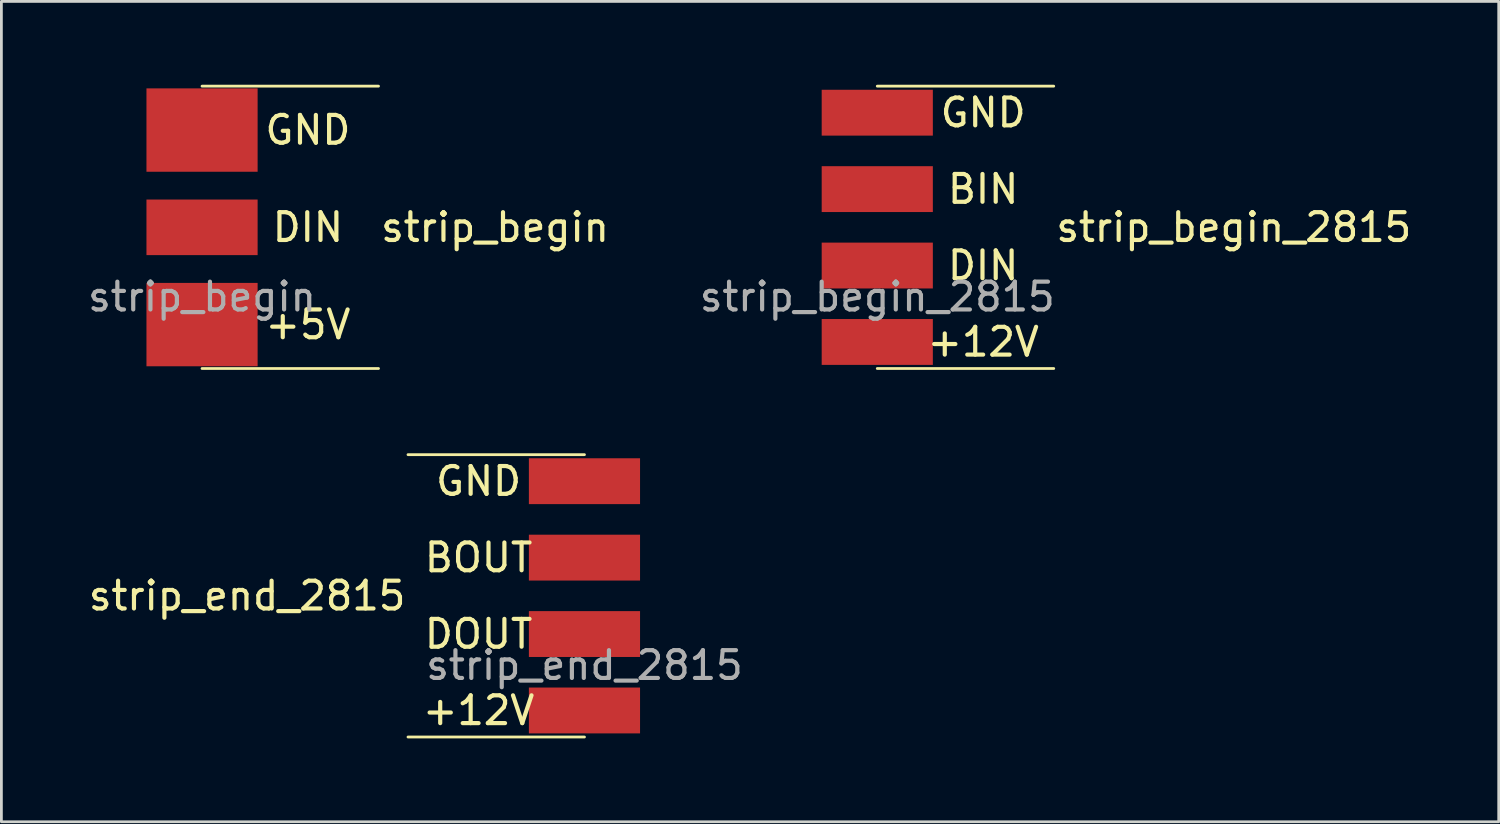
<source format=kicad_pcb>
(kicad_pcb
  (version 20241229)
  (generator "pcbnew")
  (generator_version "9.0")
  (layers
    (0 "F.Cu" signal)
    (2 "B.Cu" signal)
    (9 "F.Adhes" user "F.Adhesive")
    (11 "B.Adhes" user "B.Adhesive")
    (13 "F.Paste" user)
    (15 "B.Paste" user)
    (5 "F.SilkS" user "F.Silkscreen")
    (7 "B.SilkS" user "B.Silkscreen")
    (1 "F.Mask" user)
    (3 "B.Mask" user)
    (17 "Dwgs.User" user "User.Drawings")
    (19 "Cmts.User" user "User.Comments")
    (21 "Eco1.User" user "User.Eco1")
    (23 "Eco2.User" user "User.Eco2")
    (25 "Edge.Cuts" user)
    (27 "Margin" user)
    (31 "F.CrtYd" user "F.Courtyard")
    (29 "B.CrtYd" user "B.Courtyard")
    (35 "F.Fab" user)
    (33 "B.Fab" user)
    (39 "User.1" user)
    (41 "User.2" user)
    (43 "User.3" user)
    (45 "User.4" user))
  (footprint "strip_begin"
    (layer "F.Cu")
    (at 4.22 5.13)
    (property "Reference" "strip_begin" (at 6.35 0 0) (unlocked yes) (layer "F.SilkS") (effects (font (size 1 1) (thickness 0.15)) (justify left)))
    (attr smd)
    (fp_line (start 0 -5.08) (end 6.35 -5.08) (stroke (width 0.1) (type default)) (layer "F.SilkS"))
    (fp_line (start 0 5.08) (end 6.35 5.08) (stroke (width 0.1) (type default)) (layer "F.SilkS"))
    (fp_text user "+5V" (at 3.81 3.5 0) (unlocked yes) (layer "F.SilkS") (effects (font (size 1 1) (thickness 0.15))))
    (fp_text user "DIN" (at 3.81 0 0) (unlocked yes) (layer "F.SilkS") (effects (font (size 1 1) (thickness 0.15))))
    (fp_text user "GND" (at 3.81 -3.5 0) (unlocked yes) (layer "F.SilkS") (effects (font (size 1 1) (thickness 0.15))))
    (fp_text user "${REFERENCE}" (at 0 2.5 0) (unlocked yes) (layer "F.Fab") (effects (font (size 1 1) (thickness 0.15))))
    (pad "1" smd rect (at 0 -3.5) (size 4 3) (layers "F.Cu" "F.Mask" "F.Paste"))
    (pad "2" smd rect (at 0 0) (size 4 2) (layers "F.Cu" "F.Mask" "F.Paste"))
    (pad "3" smd rect (at 0 3.5) (size 4 3) (layers "F.Cu" "F.Mask" "F.Paste")))
  (footprint "strip_begin_2815"
    (layer "F.Cu")
    (at 28.517 5.13)
    (property "Reference" "strip_begin_2815" (at 6.35 0 0) (unlocked yes) (layer "F.SilkS") (effects (font (size 1 1) (thickness 0.15)) (justify left)))
    (attr smd)
    (fp_line (start 0 -5.08) (end 6.35 -5.08) (stroke (width 0.1) (type default)) (layer "F.SilkS"))
    (fp_line (start 0 5.08) (end 6.35 5.08) (stroke (width 0.1) (type default)) (layer "F.SilkS"))
    (fp_text user "DIN" (at 3.81 1.375 0) (unlocked yes) (layer "F.SilkS") (effects (font (size 1 1) (thickness 0.15))))
    (fp_text user "BIN" (at 3.81 -1.375 0) (unlocked yes) (layer "F.SilkS") (effects (font (size 1 1) (thickness 0.15))))
    (fp_text user "GND" (at 3.81 -4.125 0) (unlocked yes) (layer "F.SilkS") (effects (font (size 1 1) (thickness 0.15))))
    (fp_text user "+12V" (at 3.81 4.125 0) (unlocked yes) (layer "F.SilkS") (effects (font (size 1 1) (thickness 0.15))))
    (fp_text user "${REFERENCE}" (at 0 2.5 0) (unlocked yes) (layer "F.Fab") (effects (font (size 1 1) (thickness 0.15))))
    (pad "1" smd rect (at 0 -4.125) (size 4 1.65) (layers "F.Cu" "F.Mask" "F.Paste"))
    (pad "2" smd rect (at 0 -1.375) (size 4 1.65) (layers "F.Cu" "F.Mask" "F.Paste"))
    (pad "3" smd rect (at 0 1.375) (size 4 1.65) (layers "F.Cu" "F.Mask" "F.Paste"))
    (pad "4" smd rect (at 0 4.125) (size 4 1.65) (layers "F.Cu" "F.Mask" "F.Paste")))
  (footprint "strip_end_2815"
    (layer "F.Cu")
    (at 13.981 18.39)
    (property "Reference" "strip_end_2815" (at -2.35 0 0) (unlocked yes) (layer "F.SilkS") (effects (font (size 1 1) (thickness 0.15)) (justify right)))
    (attr smd)
    (fp_line (start 4 -5.08) (end -2.35 -5.08) (stroke (width 0.1) (type default)) (layer "F.SilkS"))
    (fp_line (start 4 5.08) (end -2.35 5.08) (stroke (width 0.1) (type default)) (layer "F.SilkS"))
    (fp_text user "DOUT" (at 0.19 1.375 0) (unlocked yes) (layer "F.SilkS") (effects (font (size 1 1) (thickness 0.15))))
    (fp_text user "BOUT" (at 0.19 -1.375 0) (unlocked yes) (layer "F.SilkS") (effects (font (size 1 1) (thickness 0.15))))
    (fp_text user "GND" (at 0.19 -4.125 0) (unlocked yes) (layer "F.SilkS") (effects (font (size 1 1) (thickness 0.15))))
    (fp_text user "+12V" (at 0.19 4.125 0) (unlocked yes) (layer "F.SilkS") (effects (font (size 1 1) (thickness 0.15))))
    (fp_text user "${REFERENCE}" (at 4 2.5 0) (unlocked yes) (layer "F.Fab") (effects (font (size 1 1) (thickness 0.15))))
    (pad "1" smd rect (at 4 -4.125) (size 4 1.65) (layers "F.Cu" "F.Mask" "F.Paste"))
    (pad "2" smd rect (at 4 -1.375) (size 4 1.65) (layers "F.Cu" "F.Mask" "F.Paste"))
    (pad "3" smd rect (at 4 1.375) (size 4 1.65) (layers "F.Cu" "F.Mask" "F.Paste"))
    (pad "4" smd rect (at 4 4.125) (size 4 1.65) (layers "F.Cu" "F.Mask" "F.Paste")))
  (gr_rect
    (start -3 -3)
    (end 50.879 26.52)
    (stroke (width 0.1) (type default))
    (fill no)
    (layer "Edge.Cuts")))
</source>
